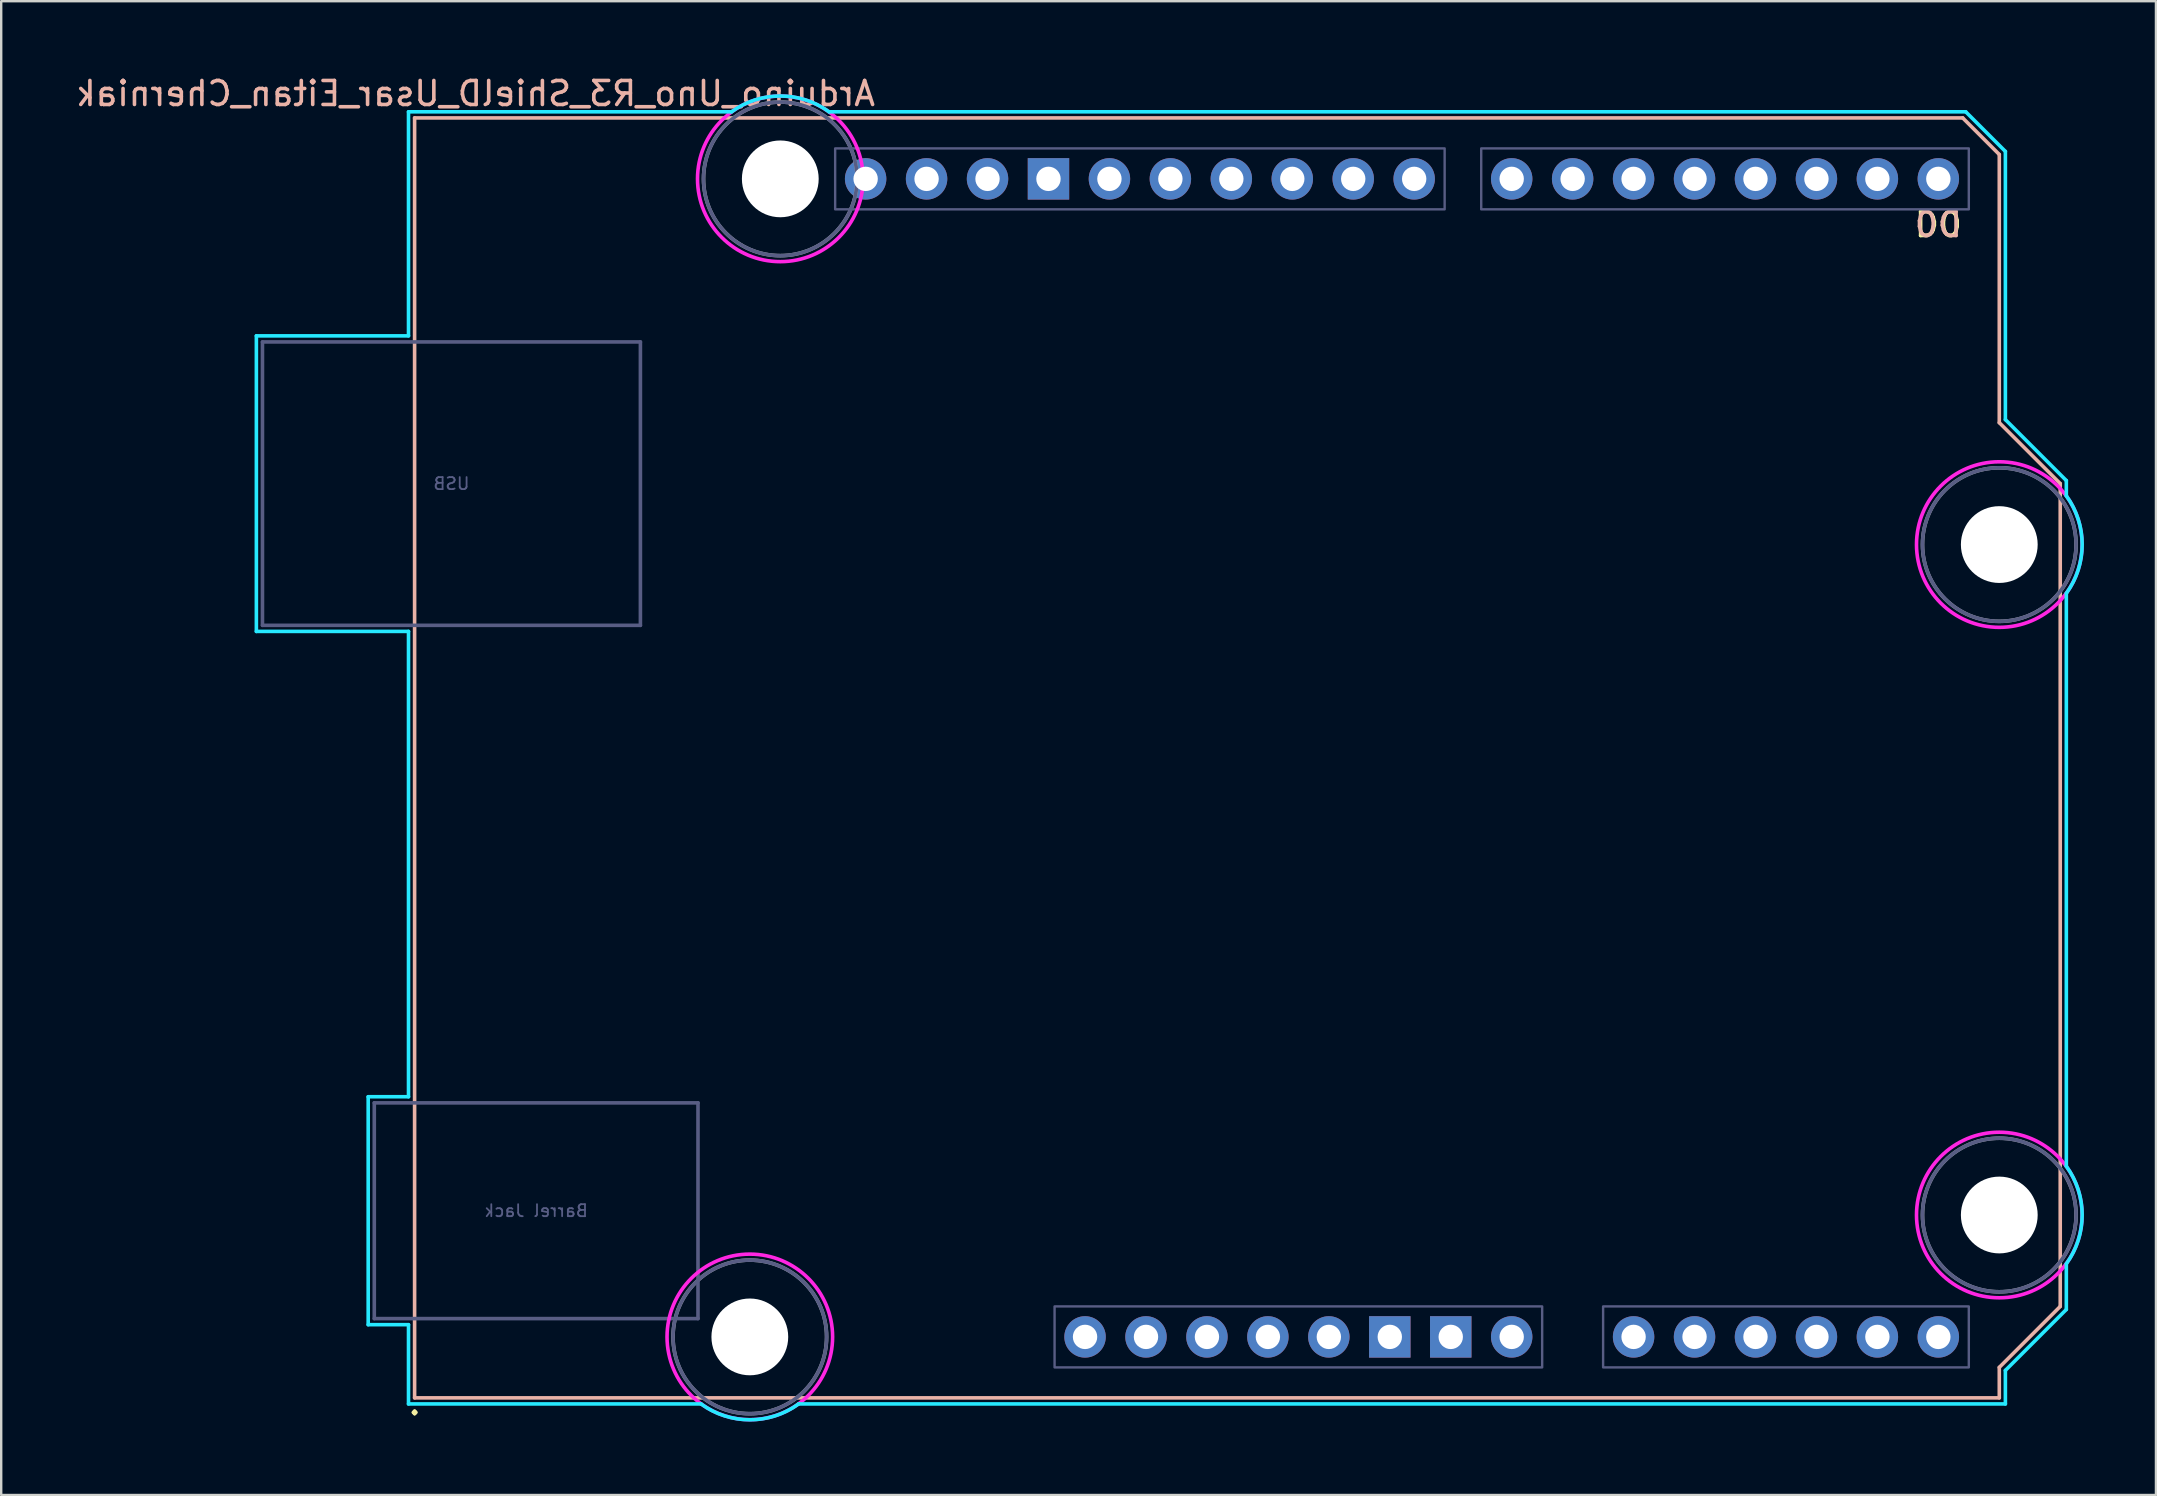
<source format=kicad_pcb>
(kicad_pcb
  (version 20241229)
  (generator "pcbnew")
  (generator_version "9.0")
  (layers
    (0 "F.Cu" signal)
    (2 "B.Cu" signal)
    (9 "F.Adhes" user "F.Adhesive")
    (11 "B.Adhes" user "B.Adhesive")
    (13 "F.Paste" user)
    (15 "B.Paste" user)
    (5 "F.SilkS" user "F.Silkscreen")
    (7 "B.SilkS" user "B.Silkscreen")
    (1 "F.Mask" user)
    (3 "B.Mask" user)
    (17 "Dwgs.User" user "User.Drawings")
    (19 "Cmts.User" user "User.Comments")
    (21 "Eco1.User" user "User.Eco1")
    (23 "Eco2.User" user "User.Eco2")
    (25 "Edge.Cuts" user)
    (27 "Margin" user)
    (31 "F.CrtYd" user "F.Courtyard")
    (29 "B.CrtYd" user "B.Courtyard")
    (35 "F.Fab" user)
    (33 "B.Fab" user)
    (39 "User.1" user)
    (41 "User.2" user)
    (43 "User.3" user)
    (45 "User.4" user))
  (footprint "Arduino_Uno_R3_ShielD_Usar_Eitan_Cherniak"
    (layer "F.Cu")
    (at 14.228 55.204)
    (property "Reference" "Arduino_Uno_R3_ShielD_Usar_Eitan_Cherniak" (at 2.54 -54.356 0) (layer "B.SilkS") (effects (font (size 1 1) (thickness 0.15)) (justify mirror)))
    (attr through_hole)
    (fp_line (start 0 -53.34) (end 0 0) (stroke (width 0.15) (type solid)) (layer "B.SilkS"))
    (fp_line (start 0 -53.34) (end 64.516 -53.34) (stroke (width 0.15) (type solid)) (layer "B.SilkS"))
    (fp_line (start 0 0) (end 66.04 0) (stroke (width 0.15) (type solid)) (layer "B.SilkS"))
    (fp_line (start 64.516 -53.34) (end 66.04 -51.816) (stroke (width 0.15) (type solid)) (layer "B.SilkS"))
    (fp_line (start 66.04 -40.64) (end 66.04 -51.816) (stroke (width 0.15) (type solid)) (layer "B.SilkS"))
    (fp_line (start 66.04 -1.27) (end 68.58 -3.81) (stroke (width 0.15) (type solid)) (layer "B.SilkS"))
    (fp_line (start 66.04 0) (end 66.04 -1.27) (stroke (width 0.15) (type solid)) (layer "B.SilkS"))
    (fp_line (start 68.58 -38.1) (end 66.04 -40.64) (stroke (width 0.15) (type solid)) (layer "B.SilkS"))
    (fp_line (start 68.58 -3.81) (end 68.58 -38.1) (stroke (width 0.15) (type solid)) (layer "B.SilkS"))
    (fp_line (start -6.594 -44.258) (end -0.254 -44.258) (stroke (width 0.15) (type solid)) (layer "B.CrtYd"))
    (fp_line (start -6.594 -31.94) (end -6.594 -44.258) (stroke (width 0.15) (type solid)) (layer "B.CrtYd"))
    (fp_line (start -1.934 -12.548) (end -1.934 -3.049) (stroke (width 0.15) (type solid)) (layer "B.CrtYd"))
    (fp_line (start -1.934 -12.548) (end -0.254 -12.548) (stroke (width 0.15) (type solid)) (layer "B.CrtYd"))
    (fp_line (start -1.934 -3.049) (end -0.254 -3.049) (stroke (width 0.15) (type solid)) (layer "B.CrtYd"))
    (fp_line (start -0.254 -53.594) (end -0.254 -44.258) (stroke (width 0.15) (type solid)) (layer "B.CrtYd"))
    (fp_line (start -0.254 -31.94) (end -6.594 -31.94) (stroke (width 0.15) (type solid)) (layer "B.CrtYd"))
    (fp_line (start -0.254 -31.94) (end -0.254 -12.548) (stroke (width 0.15) (type solid)) (layer "B.CrtYd"))
    (fp_line (start -0.254 -3.049) (end -0.254 0.254) (stroke (width 0.15) (type solid)) (layer "B.CrtYd"))
    (fp_line (start 11.938 0.254) (end -0.254 0.254) (stroke (width 0.15) (type solid)) (layer "B.CrtYd"))
    (fp_line (start 13.208 -53.594) (end -0.254 -53.594) (stroke (width 0.15) (type solid)) (layer "B.CrtYd"))
    (fp_line (start 16.002 0.254) (end 66.294 0.254) (stroke (width 0.15) (type solid)) (layer "B.CrtYd"))
    (fp_line (start 17.272 -53.594) (end 64.643 -53.594) (stroke (width 0.15) (type solid)) (layer "B.CrtYd"))
    (fp_line (start 64.643 -53.594) (end 66.294 -51.943) (stroke (width 0.15) (type solid)) (layer "B.CrtYd"))
    (fp_line (start 66.294 -40.767) (end 66.294 -51.943) (stroke (width 0.15) (type solid)) (layer "B.CrtYd"))
    (fp_line (start 66.294 -1.143) (end 68.834 -3.683) (stroke (width 0.15) (type solid)) (layer "B.CrtYd"))
    (fp_line (start 66.294 0.254) (end 66.294 -1.143) (stroke (width 0.15) (type solid)) (layer "B.CrtYd"))
    (fp_line (start 68.834 -38.227) (end 66.294 -40.767) (stroke (width 0.15) (type solid)) (layer "B.CrtYd"))
    (fp_line (start 68.834 -38.227) (end 68.834 -37.592) (stroke (width 0.15) (type solid)) (layer "B.CrtYd"))
    (fp_line (start 68.834 -9.652) (end 68.834 -33.528) (stroke (width 0.15) (type solid)) (layer "B.CrtYd"))
    (fp_line (start 68.834 -5.588) (end 68.834 -3.683) (stroke (width 0.15) (type solid)) (layer "B.CrtYd"))
    (fp_arc (start 13.208 -53.594) (mid 15.24 -54.254237) (end 17.272 -53.594) (stroke (width 0.15) (type solid)) (layer "B.CrtYd"))
    (fp_arc (start 16.002 0.254) (mid 13.97 0.914237) (end 11.938 0.254) (stroke (width 0.15) (type solid)) (layer "B.CrtYd"))
    (fp_arc (start 68.834 -37.592) (mid 69.494238 -35.56) (end 68.834 -33.528) (stroke (width 0.15) (type solid)) (layer "B.CrtYd"))
    (fp_arc (start 68.834 -9.652) (mid 69.494238 -7.62) (end 68.834 -5.588) (stroke (width 0.15) (type solid)) (layer "B.CrtYd"))
    (fp_circle (center 13.97 -2.54) (end 17.42 -2.54) (stroke (width 0.15) (type solid)) (fill no) (layer "F.CrtYd"))
    (fp_circle (center 15.24 -50.8) (end 18.69 -50.8) (stroke (width 0.15) (type solid)) (fill no) (layer "F.CrtYd"))
    (fp_circle (center 66.04 -35.56) (end 69.49 -35.56) (stroke (width 0.15) (type solid)) (fill no) (layer "F.CrtYd"))
    (fp_circle (center 66.04 -7.62) (end 69.49 -7.62) (stroke (width 0.15) (type solid)) (fill no) (layer "F.CrtYd"))
    (fp_line (start -6.34 -44.004) (end 9.41 -44.004) (stroke (width 0.15) (type solid)) (layer "B.Fab"))
    (fp_line (start -6.34 -32.194) (end -6.34 -44.004) (stroke (width 0.15) (type solid)) (layer "B.Fab"))
    (fp_line (start -6.34 -32.194) (end 9.41 -32.194) (stroke (width 0.15) (type solid)) (layer "B.Fab"))
    (fp_line (start -1.68 -12.294) (end -1.68 -3.303) (stroke (width 0.15) (type solid)) (layer "B.Fab"))
    (fp_line (start -1.68 -12.294) (end 11.81 -12.294) (stroke (width 0.15) (type solid)) (layer "B.Fab"))
    (fp_line (start -1.68 -3.303) (end 11.81 -3.303) (stroke (width 0.15) (type solid)) (layer "B.Fab"))
    (fp_line (start 9.41 -32.194) (end 9.41 -44.004) (stroke (width 0.15) (type solid)) (layer "B.Fab"))
    (fp_line (start 11.81 -12.294) (end 11.81 -3.303) (stroke (width 0.15) (type solid)) (layer "B.Fab"))
    (fp_rect (start 17.526 -52.07) (end 42.926 -49.53) (stroke (width 0.1) (type solid)) (fill no) (layer "B.Fab"))
    (fp_rect (start 26.67 -3.81) (end 46.99 -1.27) (stroke (width 0.1) (type solid)) (fill no) (layer "B.Fab"))
    (fp_rect (start 44.45 -52.07) (end 64.77 -49.53) (stroke (width 0.1) (type solid)) (fill no) (layer "B.Fab"))
    (fp_rect (start 49.53 -3.81) (end 64.77 -1.27) (stroke (width 0.1) (type solid)) (fill no) (layer "B.Fab"))
    (fp_circle (center 13.97 -2.54) (end 17.17 -2.54) (stroke (width 0.15) (type solid)) (fill no) (layer "B.Fab"))
    (fp_circle (center 15.24 -50.8) (end 18.44 -50.8) (stroke (width 0.15) (type solid)) (fill no) (layer "B.Fab"))
    (fp_circle (center 66.04 -35.56) (end 69.24 -35.56) (stroke (width 0.15) (type solid)) (fill no) (layer "B.Fab"))
    (fp_circle (center 66.04 -7.62) (end 69.24 -7.62) (stroke (width 0.15) (type solid)) (fill no) (layer "B.Fab"))
    (fp_circle (center 13.97 -2.54) (end 17.17 -2.54) (stroke (width 0.15) (type solid)) (fill no) (layer "F.Fab"))
    (fp_circle (center 15.24 -50.8) (end 18.44 -50.8) (stroke (width 0.15) (type solid)) (fill no) (layer "F.Fab"))
    (fp_circle (center 66.04 -35.56) (end 69.24 -35.56) (stroke (width 0.15) (type solid)) (fill no) (layer "F.Fab"))
    (fp_circle (center 66.04 -7.62) (end 69.24 -7.62) (stroke (width 0.15) (type solid)) (fill no) (layer "F.Fab"))
    (fp_text user "D0" (at 63.5 -48.895 0) (unlocked yes) (layer "F.SilkS") (effects (font (size 1 1) (thickness 0.15))))
    (fp_text user "." (at 0 0.2 0) (layer "F.SilkS") (effects (font (size 1 1) (thickness 0.15))))
    (fp_text user "D0" (at 63.5 -48.895 0) (unlocked yes) (layer "B.SilkS") (effects (font (size 1 1) (thickness 0.15)) (justify mirror)))
    (fp_text user "Barrel Jack" (at 5.065 -7.798 0) (layer "B.Fab") (effects (font (size 0.5 0.5) (thickness 0.075)) (justify mirror)))
    (fp_text user "USB" (at 1.535 -38.099 0) (layer "B.Fab") (effects (font (size 0.5 0.5) (thickness 0.075)) (justify mirror)))
    (pad "" np_thru_hole circle (at 13.97 -2.54) (size 3.2 3.2) (drill 3.2) (layers "*.Cu" "*.Mask"))
    (pad "" np_thru_hole circle (at 15.24 -50.8) (size 3.2 3.2) (drill 3.2) (layers "*.Cu" "*.Mask"))
    (pad "" thru_hole oval (at 27.94 -2.54) (size 1.727 1.727) (drill 1.016) (layers "*.Cu" "*.Mask"))
    (pad "" np_thru_hole circle (at 66.04 -35.56) (size 3.2 3.2) (drill 3.2) (layers "*.Cu" "*.Mask"))
    (pad "" np_thru_hole circle (at 66.04 -7.62) (size 3.2 3.2) (drill 3.2) (layers "*.Cu" "*.Mask"))
    (pad "3V3" thru_hole oval (at 35.56 -2.54) (size 1.727 1.727) (drill 1.016) (layers "*.Cu" "*.Mask"))
    (pad "5V1" thru_hole oval (at 38.1 -2.54) (size 1.727 1.727) (drill 1.016) (layers "*.Cu" "*.Mask"))
    (pad "A0" thru_hole oval (at 50.8 -2.54) (size 1.727 1.727) (drill 1.016) (layers "*.Cu" "*.Mask"))
    (pad "A1" thru_hole oval (at 53.34 -2.54) (size 1.727 1.727) (drill 1.016) (layers "*.Cu" "*.Mask"))
    (pad "A2" thru_hole oval (at 55.88 -2.54) (size 1.727 1.727) (drill 1.016) (layers "*.Cu" "*.Mask"))
    (pad "A3" thru_hole oval (at 58.42 -2.54) (size 1.727 1.727) (drill 1.016) (layers "*.Cu" "*.Mask"))
    (pad "A4" thru_hole oval (at 60.96 -2.54) (size 1.727 1.727) (drill 1.016) (layers "*.Cu" "*.Mask"))
    (pad "A5" thru_hole oval (at 63.5 -2.54) (size 1.727 1.727) (drill 1.016) (layers "*.Cu" "*.Mask"))
    (pad "AREF" thru_hole oval (at 23.876 -50.8) (size 1.727 1.727) (drill 1.016) (layers "*.Cu" "*.Mask"))
    (pad "D0" thru_hole oval (at 63.5 -50.8) (size 1.727 1.727) (drill 1.016) (layers "*.Cu" "*.Mask"))
    (pad "D1" thru_hole oval (at 60.96 -50.8) (size 1.727 1.727) (drill 1.016) (layers "*.Cu" "*.Mask"))
    (pad "D2" thru_hole oval (at 58.42 -50.8) (size 1.727 1.727) (drill 1.016) (layers "*.Cu" "*.Mask"))
    (pad "D3" thru_hole oval (at 55.88 -50.8) (size 1.727 1.727) (drill 1.016) (layers "*.Cu" "*.Mask"))
    (pad "D4" thru_hole oval (at 53.34 -50.8) (size 1.727 1.727) (drill 1.016) (layers "*.Cu" "*.Mask"))
    (pad "D5" thru_hole oval (at 50.8 -50.8) (size 1.727 1.727) (drill 1.016) (layers "*.Cu" "*.Mask"))
    (pad "D6" thru_hole oval (at 48.26 -50.8) (size 1.727 1.727) (drill 1.016) (layers "*.Cu" "*.Mask"))
    (pad "D7" thru_hole oval (at 45.72 -50.8) (size 1.727 1.727) (drill 1.016) (layers "*.Cu" "*.Mask"))
    (pad "D8" thru_hole oval (at 41.656 -50.8) (size 1.727 1.727) (drill 1.016) (layers "*.Cu" "*.Mask"))
    (pad "D9" thru_hole oval (at 39.116 -50.8) (size 1.727 1.727) (drill 1.016) (layers "*.Cu" "*.Mask"))
    (pad "D10" thru_hole oval (at 36.576 -50.8) (size 1.727 1.727) (drill 1.016) (layers "*.Cu" "*.Mask"))
    (pad "D11" thru_hole oval (at 34.036 -50.8) (size 1.727 1.727) (drill 1.016) (layers "*.Cu" "*.Mask"))
    (pad "D12" thru_hole oval (at 31.496 -50.8) (size 1.727 1.727) (drill 1.016) (layers "*.Cu" "*.Mask"))
    (pad "D13" thru_hole oval (at 28.956 -50.8) (size 1.727 1.727) (drill 1.016) (layers "*.Cu" "*.Mask"))
    (pad "GND1" thru_hole rect (at 26.416 -50.8) (size 1.727 1.727) (drill 1.016) (layers "*.Cu" "*.Mask"))
    (pad "GND2" thru_hole rect (at 40.64 -2.54) (size 1.727 1.727) (drill 1.016) (layers "*.Cu" "*.Mask"))
    (pad "GND3" thru_hole rect (at 43.18 -2.54) (size 1.727 1.727) (drill 1.016) (layers "*.Cu" "*.Mask"))
    (pad "IORF" thru_hole oval (at 30.48 -2.54) (size 1.727 1.727) (drill 1.016) (layers "*.Cu" "*.Mask"))
    (pad "RST1" thru_hole oval (at 33.02 -2.54) (size 1.727 1.727) (drill 1.016) (layers "*.Cu" "*.Mask"))
    (pad "SCL" thru_hole oval (at 18.796 -50.8) (size 1.727 1.727) (drill 1.016) (layers "*.Cu" "*.Mask"))
    (pad "SDA" thru_hole oval (at 21.336 -50.8) (size 1.727 1.727) (drill 1.016) (layers "*.Cu" "*.Mask"))
    (pad "VIN" thru_hole oval (at 45.72 -2.54) (size 1.727 1.727) (drill 1.016) (layers "*.Cu" "*.Mask")))
  (gr_rect
    (start -3 -3)
    (end 86.797 59.252)
    (stroke (width 0.1) (type default))
    (fill no)
    (layer "Edge.Cuts")))
</source>
